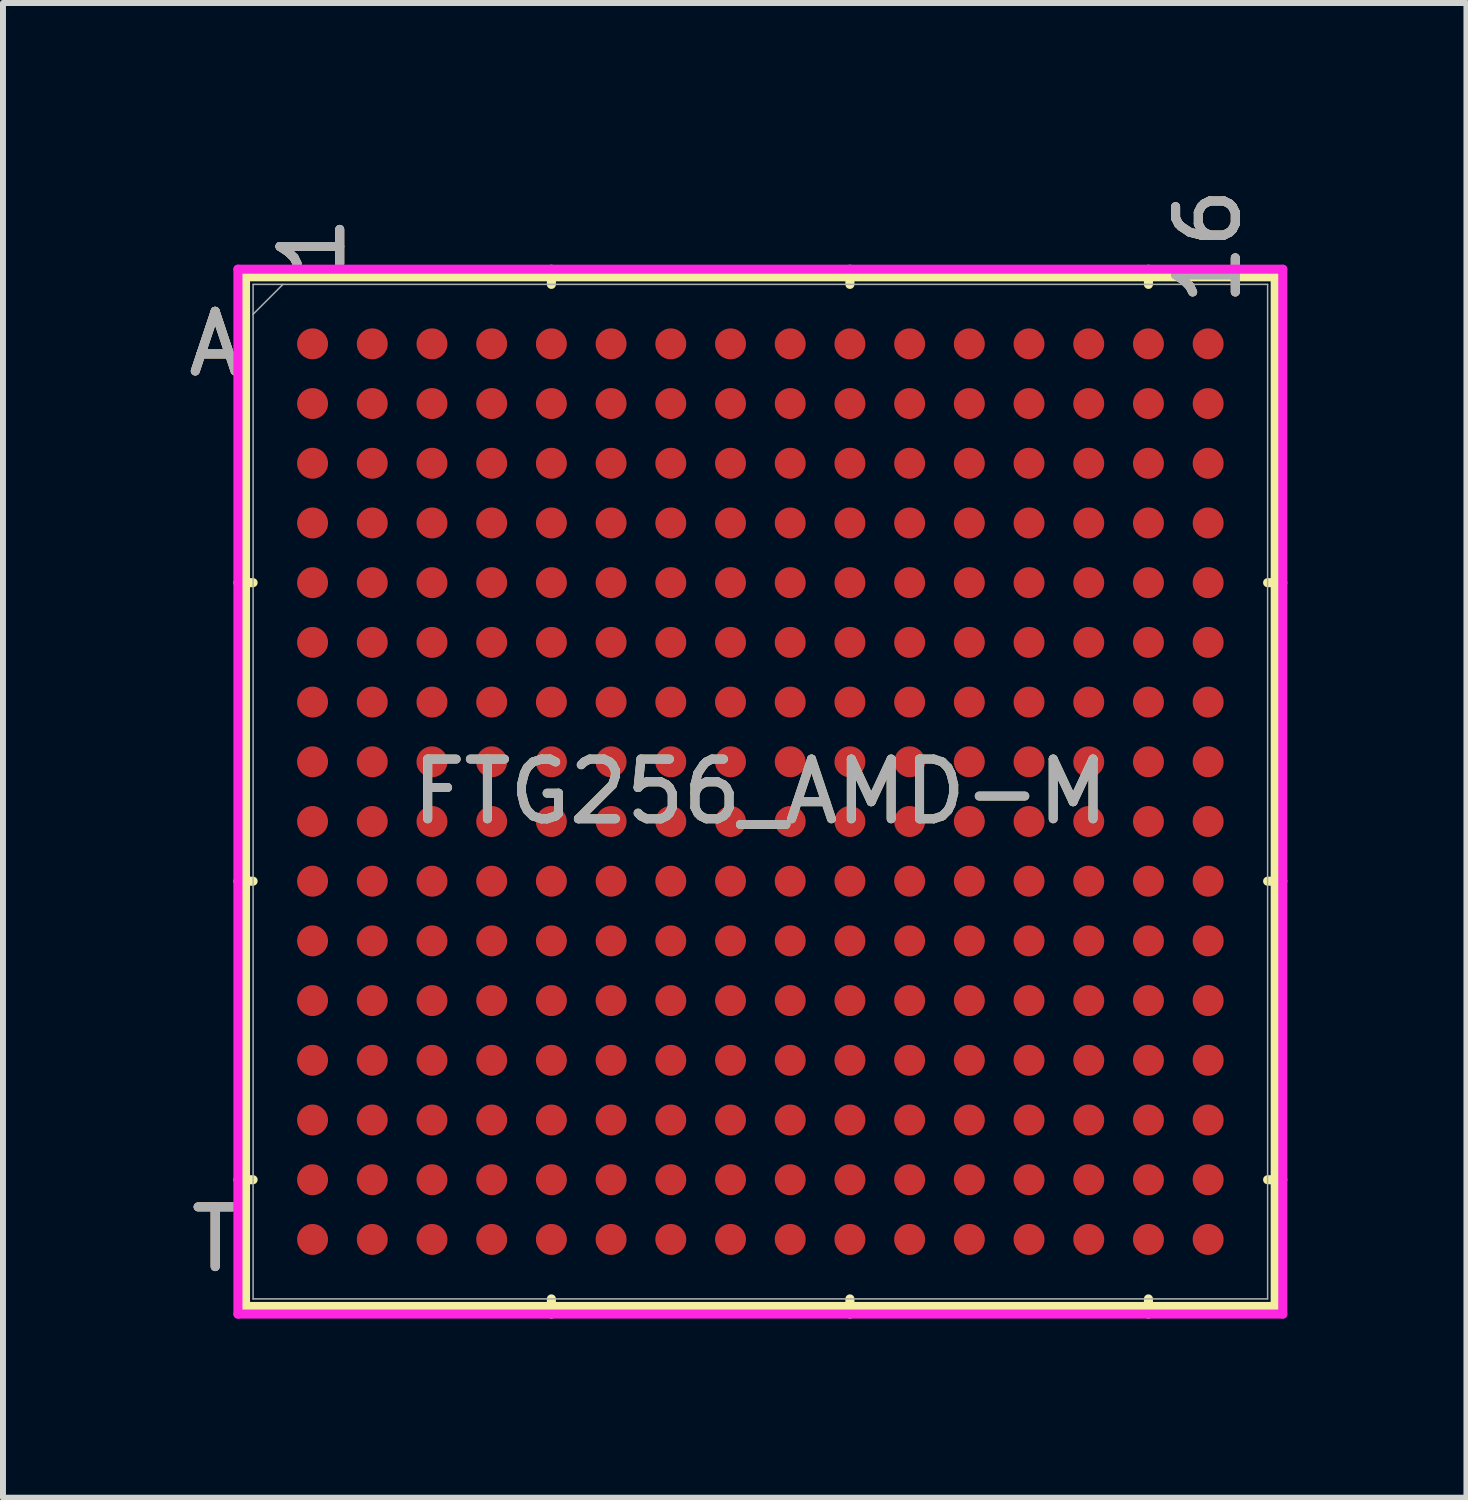
<source format=kicad_pcb>
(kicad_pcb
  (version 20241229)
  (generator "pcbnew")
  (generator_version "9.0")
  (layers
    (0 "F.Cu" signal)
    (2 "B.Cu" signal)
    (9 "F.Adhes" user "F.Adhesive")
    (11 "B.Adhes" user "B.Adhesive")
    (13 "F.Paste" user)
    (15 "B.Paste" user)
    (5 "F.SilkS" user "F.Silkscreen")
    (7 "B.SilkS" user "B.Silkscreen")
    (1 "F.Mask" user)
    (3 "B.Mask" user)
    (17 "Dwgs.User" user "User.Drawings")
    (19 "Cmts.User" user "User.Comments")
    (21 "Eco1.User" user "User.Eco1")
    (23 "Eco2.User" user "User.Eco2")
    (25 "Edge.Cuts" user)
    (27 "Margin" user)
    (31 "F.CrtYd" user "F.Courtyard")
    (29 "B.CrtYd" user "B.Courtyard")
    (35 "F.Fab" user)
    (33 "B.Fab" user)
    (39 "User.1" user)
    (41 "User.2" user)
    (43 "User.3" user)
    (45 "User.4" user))
  (footprint "FTG256_AMD-M"
    (layer "F.Cu")
    (at 9.685 10.209)
    (property "Reference" "FTG256_AMD-M" (at 0 0 0) (unlocked yes) (layer "F.SilkS") (effects (font (size 1 1) (thickness 0.15))))
    (attr smd)
    (fp_line (start -8.623 -8.623) (end -8.623 8.623) (stroke (width 0.152) (type solid)) (layer "F.SilkS"))
    (fp_line (start -8.623 8.623) (end 8.623 8.623) (stroke (width 0.152) (type solid)) (layer "F.SilkS"))
    (fp_line (start -8.496 -3.5) (end -8.75 -3.5) (stroke (width 0.152) (type solid)) (layer "F.SilkS"))
    (fp_line (start -8.496 1.5) (end -8.75 1.5) (stroke (width 0.152) (type solid)) (layer "F.SilkS"))
    (fp_line (start -8.496 6.5) (end -8.75 6.5) (stroke (width 0.152) (type solid)) (layer "F.SilkS"))
    (fp_line (start -3.5 -8.496) (end -3.5 -8.75) (stroke (width 0.152) (type solid)) (layer "F.SilkS"))
    (fp_line (start -3.5 8.496) (end -3.5 8.75) (stroke (width 0.152) (type solid)) (layer "F.SilkS"))
    (fp_line (start 1.5 -8.496) (end 1.5 -8.75) (stroke (width 0.152) (type solid)) (layer "F.SilkS"))
    (fp_line (start 1.5 8.496) (end 1.5 8.75) (stroke (width 0.152) (type solid)) (layer "F.SilkS"))
    (fp_line (start 6.5 -8.496) (end 6.5 -8.75) (stroke (width 0.152) (type solid)) (layer "F.SilkS"))
    (fp_line (start 6.5 8.496) (end 6.5 8.75) (stroke (width 0.152) (type solid)) (layer "F.SilkS"))
    (fp_line (start 8.496 -3.5) (end 8.75 -3.5) (stroke (width 0.152) (type solid)) (layer "F.SilkS"))
    (fp_line (start 8.496 1.5) (end 8.75 1.5) (stroke (width 0.152) (type solid)) (layer "F.SilkS"))
    (fp_line (start 8.496 6.5) (end 8.75 6.5) (stroke (width 0.152) (type solid)) (layer "F.SilkS"))
    (fp_line (start 8.623 -8.623) (end -8.623 -8.623) (stroke (width 0.152) (type solid)) (layer "F.SilkS"))
    (fp_line (start 8.623 8.623) (end 8.623 -8.623) (stroke (width 0.152) (type solid)) (layer "F.SilkS"))
    (fp_poly (pts (xy -8.508 -8.508) (xy 8.508 -8.508) (xy 8.508 8.508) (xy -8.508 8.508)) (stroke (width 0.1) (type solid)) (fill no) (layer "Eco2.User"))
    (fp_line (start -8.75 -8.75) (end 8.75 -8.75) (stroke (width 0.152) (type solid)) (layer "F.CrtYd"))
    (fp_line (start -8.75 8.75) (end -8.75 -8.75) (stroke (width 0.152) (type solid)) (layer "F.CrtYd"))
    (fp_line (start 8.75 -8.75) (end 8.75 8.75) (stroke (width 0.152) (type solid)) (layer "F.CrtYd"))
    (fp_line (start 8.75 8.75) (end -8.75 8.75) (stroke (width 0.152) (type solid)) (layer "F.CrtYd"))
    (fp_line (start -8.496 -8.496) (end -8.496 8.496) (stroke (width 0.025) (type solid)) (layer "F.Fab"))
    (fp_line (start -8.496 8.496) (end 8.496 8.496) (stroke (width 0.025) (type solid)) (layer "F.Fab"))
    (fp_line (start -7.996 -8.496) (end -8.496 -7.996) (stroke (width 0.025) (type solid)) (layer "F.Fab"))
    (fp_line (start 8.496 -8.496) (end -8.496 -8.496) (stroke (width 0.025) (type solid)) (layer "F.Fab"))
    (fp_line (start 8.496 8.496) (end 8.496 -8.496) (stroke (width 0.025) (type solid)) (layer "F.Fab"))
    (fp_text user "A" (at -9.131 -7.5 0) (unlocked yes) (layer "F.SilkS") (effects (font (size 1 1) (thickness 0.15))))
    (fp_text user "1" (at -7.5 -9.131 90) (unlocked yes) (layer "F.SilkS") (effects (font (size 1 1) (thickness 0.15))))
    (fp_text user "16" (at 7.5 -9.131 90) (unlocked yes) (layer "F.SilkS") (effects (font (size 1 1) (thickness 0.15))))
    (fp_text user "T" (at -9.131 7.5 0) (unlocked yes) (layer "F.SilkS") (effects (font (size 1 1) (thickness 0.15))))
    (fp_text user "A" (at -9.131 -7.5 0) (unlocked yes) (layer "B.SilkS") (effects (font (size 1 1) (thickness 0.15))))
    (fp_text user "T" (at -9.131 7.5 0) (unlocked yes) (layer "B.SilkS") (effects (font (size 1 1) (thickness 0.15))))
    (fp_text user "1" (at -7.5 -9.131 90) (unlocked yes) (layer "B.SilkS") (effects (font (size 1 1) (thickness 0.15))))
    (fp_text user "16" (at 7.5 -9.131 90) (unlocked yes) (layer "B.SilkS") (effects (font (size 1 1) (thickness 0.15))))
    (fp_text user "${REFERENCE}" (at 0 0 0) (unlocked yes) (layer "F.Fab") (effects (font (size 1 1) (thickness 0.15))))
    (fp_text user "16" (at 7.5 -9.131 90) (unlocked yes) (layer "F.Fab") (effects (font (size 1 1) (thickness 0.15))))
    (fp_text user "T" (at -9.131 7.5 0) (unlocked yes) (layer "F.Fab") (effects (font (size 1 1) (thickness 0.15))))
    (fp_text user "A" (at -9.131 -7.5 0) (unlocked yes) (layer "F.Fab") (effects (font (size 1 1) (thickness 0.15))))
    (fp_text user "1" (at -7.5 -9.131 90) (unlocked yes) (layer "F.Fab") (effects (font (size 1 1) (thickness 0.15))))
    (pad "A1" smd circle (at -7.5 -7.5) (size 0.518 0.518) (layers "F.Cu" "F.Mask" "F.Paste"))
    (pad "A2" smd circle (at -6.5 -7.5) (size 0.518 0.518) (layers "F.Cu" "F.Mask" "F.Paste"))
    (pad "A3" smd circle (at -5.5 -7.5) (size 0.518 0.518) (layers "F.Cu" "F.Mask" "F.Paste"))
    (pad "A4" smd circle (at -4.5 -7.5) (size 0.518 0.518) (layers "F.Cu" "F.Mask" "F.Paste"))
    (pad "A5" smd circle (at -3.5 -7.5) (size 0.518 0.518) (layers "F.Cu" "F.Mask" "F.Paste"))
    (pad "A6" smd circle (at -2.5 -7.5) (size 0.518 0.518) (layers "F.Cu" "F.Mask" "F.Paste"))
    (pad "A7" smd circle (at -1.5 -7.5) (size 0.518 0.518) (layers "F.Cu" "F.Mask" "F.Paste"))
    (pad "A8" smd circle (at -0.5 -7.5) (size 0.518 0.518) (layers "F.Cu" "F.Mask" "F.Paste"))
    (pad "A9" smd circle (at 0.5 -7.5) (size 0.518 0.518) (layers "F.Cu" "F.Mask" "F.Paste"))
    (pad "A10" smd circle (at 1.5 -7.5) (size 0.518 0.518) (layers "F.Cu" "F.Mask" "F.Paste"))
    (pad "A11" smd circle (at 2.5 -7.5) (size 0.518 0.518) (layers "F.Cu" "F.Mask" "F.Paste"))
    (pad "A12" smd circle (at 3.5 -7.5) (size 0.518 0.518) (layers "F.Cu" "F.Mask" "F.Paste"))
    (pad "A13" smd circle (at 4.5 -7.5) (size 0.518 0.518) (layers "F.Cu" "F.Mask" "F.Paste"))
    (pad "A14" smd circle (at 5.5 -7.5) (size 0.518 0.518) (layers "F.Cu" "F.Mask" "F.Paste"))
    (pad "A15" smd circle (at 6.5 -7.5) (size 0.518 0.518) (layers "F.Cu" "F.Mask" "F.Paste"))
    (pad "A16" smd circle (at 7.5 -7.5) (size 0.518 0.518) (layers "F.Cu" "F.Mask" "F.Paste"))
    (pad "B1" smd circle (at -7.5 -6.5) (size 0.518 0.518) (layers "F.Cu" "F.Mask" "F.Paste"))
    (pad "B2" smd circle (at -6.5 -6.5) (size 0.518 0.518) (layers "F.Cu" "F.Mask" "F.Paste"))
    (pad "B3" smd circle (at -5.5 -6.5) (size 0.518 0.518) (layers "F.Cu" "F.Mask" "F.Paste"))
    (pad "B4" smd circle (at -4.5 -6.5) (size 0.518 0.518) (layers "F.Cu" "F.Mask" "F.Paste"))
    (pad "B5" smd circle (at -3.5 -6.5) (size 0.518 0.518) (layers "F.Cu" "F.Mask" "F.Paste"))
    (pad "B6" smd circle (at -2.5 -6.5) (size 0.518 0.518) (layers "F.Cu" "F.Mask" "F.Paste"))
    (pad "B7" smd circle (at -1.5 -6.5) (size 0.518 0.518) (layers "F.Cu" "F.Mask" "F.Paste"))
    (pad "B8" smd circle (at -0.5 -6.5) (size 0.518 0.518) (layers "F.Cu" "F.Mask" "F.Paste"))
    (pad "B9" smd circle (at 0.5 -6.5) (size 0.518 0.518) (layers "F.Cu" "F.Mask" "F.Paste"))
    (pad "B10" smd circle (at 1.5 -6.5) (size 0.518 0.518) (layers "F.Cu" "F.Mask" "F.Paste"))
    (pad "B11" smd circle (at 2.5 -6.5) (size 0.518 0.518) (layers "F.Cu" "F.Mask" "F.Paste"))
    (pad "B12" smd circle (at 3.5 -6.5) (size 0.518 0.518) (layers "F.Cu" "F.Mask" "F.Paste"))
    (pad "B13" smd circle (at 4.5 -6.5) (size 0.518 0.518) (layers "F.Cu" "F.Mask" "F.Paste"))
    (pad "B14" smd circle (at 5.5 -6.5) (size 0.518 0.518) (layers "F.Cu" "F.Mask" "F.Paste"))
    (pad "B15" smd circle (at 6.5 -6.5) (size 0.518 0.518) (layers "F.Cu" "F.Mask" "F.Paste"))
    (pad "B16" smd circle (at 7.5 -6.5) (size 0.518 0.518) (layers "F.Cu" "F.Mask" "F.Paste"))
    (pad "C1" smd circle (at -7.5 -5.5) (size 0.518 0.518) (layers "F.Cu" "F.Mask" "F.Paste"))
    (pad "C2" smd circle (at -6.5 -5.5) (size 0.518 0.518) (layers "F.Cu" "F.Mask" "F.Paste"))
    (pad "C3" smd circle (at -5.5 -5.5) (size 0.518 0.518) (layers "F.Cu" "F.Mask" "F.Paste"))
    (pad "C4" smd circle (at -4.5 -5.5) (size 0.518 0.518) (layers "F.Cu" "F.Mask" "F.Paste"))
    (pad "C5" smd circle (at -3.5 -5.5) (size 0.518 0.518) (layers "F.Cu" "F.Mask" "F.Paste"))
    (pad "C6" smd circle (at -2.5 -5.5) (size 0.518 0.518) (layers "F.Cu" "F.Mask" "F.Paste"))
    (pad "C7" smd circle (at -1.5 -5.5) (size 0.518 0.518) (layers "F.Cu" "F.Mask" "F.Paste"))
    (pad "C8" smd circle (at -0.5 -5.5) (size 0.518 0.518) (layers "F.Cu" "F.Mask" "F.Paste"))
    (pad "C9" smd circle (at 0.5 -5.5) (size 0.518 0.518) (layers "F.Cu" "F.Mask" "F.Paste"))
    (pad "C10" smd circle (at 1.5 -5.5) (size 0.518 0.518) (layers "F.Cu" "F.Mask" "F.Paste"))
    (pad "C11" smd circle (at 2.5 -5.5) (size 0.518 0.518) (layers "F.Cu" "F.Mask" "F.Paste"))
    (pad "C12" smd circle (at 3.5 -5.5) (size 0.518 0.518) (layers "F.Cu" "F.Mask" "F.Paste"))
    (pad "C13" smd circle (at 4.5 -5.5) (size 0.518 0.518) (layers "F.Cu" "F.Mask" "F.Paste"))
    (pad "C14" smd circle (at 5.5 -5.5) (size 0.518 0.518) (layers "F.Cu" "F.Mask" "F.Paste"))
    (pad "C15" smd circle (at 6.5 -5.5) (size 0.518 0.518) (layers "F.Cu" "F.Mask" "F.Paste"))
    (pad "C16" smd circle (at 7.5 -5.5) (size 0.518 0.518) (layers "F.Cu" "F.Mask" "F.Paste"))
    (pad "D1" smd circle (at -7.5 -4.5) (size 0.518 0.518) (layers "F.Cu" "F.Mask" "F.Paste"))
    (pad "D2" smd circle (at -6.5 -4.5) (size 0.518 0.518) (layers "F.Cu" "F.Mask" "F.Paste"))
    (pad "D3" smd circle (at -5.5 -4.5) (size 0.518 0.518) (layers "F.Cu" "F.Mask" "F.Paste"))
    (pad "D4" smd circle (at -4.5 -4.5) (size 0.518 0.518) (layers "F.Cu" "F.Mask" "F.Paste"))
    (pad "D5" smd circle (at -3.5 -4.5) (size 0.518 0.518) (layers "F.Cu" "F.Mask" "F.Paste"))
    (pad "D6" smd circle (at -2.5 -4.5) (size 0.518 0.518) (layers "F.Cu" "F.Mask" "F.Paste"))
    (pad "D7" smd circle (at -1.5 -4.5) (size 0.518 0.518) (layers "F.Cu" "F.Mask" "F.Paste"))
    (pad "D8" smd circle (at -0.5 -4.5) (size 0.518 0.518) (layers "F.Cu" "F.Mask" "F.Paste"))
    (pad "D9" smd circle (at 0.5 -4.5) (size 0.518 0.518) (layers "F.Cu" "F.Mask" "F.Paste"))
    (pad "D10" smd circle (at 1.5 -4.5) (size 0.518 0.518) (layers "F.Cu" "F.Mask" "F.Paste"))
    (pad "D11" smd circle (at 2.5 -4.5) (size 0.518 0.518) (layers "F.Cu" "F.Mask" "F.Paste"))
    (pad "D12" smd circle (at 3.5 -4.5) (size 0.518 0.518) (layers "F.Cu" "F.Mask" "F.Paste"))
    (pad "D13" smd circle (at 4.5 -4.5) (size 0.518 0.518) (layers "F.Cu" "F.Mask" "F.Paste"))
    (pad "D14" smd circle (at 5.5 -4.5) (size 0.518 0.518) (layers "F.Cu" "F.Mask" "F.Paste"))
    (pad "D15" smd circle (at 6.5 -4.5) (size 0.518 0.518) (layers "F.Cu" "F.Mask" "F.Paste"))
    (pad "D16" smd circle (at 7.5 -4.5) (size 0.518 0.518) (layers "F.Cu" "F.Mask" "F.Paste"))
    (pad "E1" smd circle (at -7.5 -3.5) (size 0.518 0.518) (layers "F.Cu" "F.Mask" "F.Paste"))
    (pad "E2" smd circle (at -6.5 -3.5) (size 0.518 0.518) (layers "F.Cu" "F.Mask" "F.Paste"))
    (pad "E3" smd circle (at -5.5 -3.5) (size 0.518 0.518) (layers "F.Cu" "F.Mask" "F.Paste"))
    (pad "E4" smd circle (at -4.5 -3.5) (size 0.518 0.518) (layers "F.Cu" "F.Mask" "F.Paste"))
    (pad "E5" smd circle (at -3.5 -3.5) (size 0.518 0.518) (layers "F.Cu" "F.Mask" "F.Paste"))
    (pad "E6" smd circle (at -2.5 -3.5) (size 0.518 0.518) (layers "F.Cu" "F.Mask" "F.Paste"))
    (pad "E7" smd circle (at -1.5 -3.5) (size 0.518 0.518) (layers "F.Cu" "F.Mask" "F.Paste"))
    (pad "E8" smd circle (at -0.5 -3.5) (size 0.518 0.518) (layers "F.Cu" "F.Mask" "F.Paste"))
    (pad "E9" smd circle (at 0.5 -3.5) (size 0.518 0.518) (layers "F.Cu" "F.Mask" "F.Paste"))
    (pad "E10" smd circle (at 1.5 -3.5) (size 0.518 0.518) (layers "F.Cu" "F.Mask" "F.Paste"))
    (pad "E11" smd circle (at 2.5 -3.5) (size 0.518 0.518) (layers "F.Cu" "F.Mask" "F.Paste"))
    (pad "E12" smd circle (at 3.5 -3.5) (size 0.518 0.518) (layers "F.Cu" "F.Mask" "F.Paste"))
    (pad "E13" smd circle (at 4.5 -3.5) (size 0.518 0.518) (layers "F.Cu" "F.Mask" "F.Paste"))
    (pad "E14" smd circle (at 5.5 -3.5) (size 0.518 0.518) (layers "F.Cu" "F.Mask" "F.Paste"))
    (pad "E15" smd circle (at 6.5 -3.5) (size 0.518 0.518) (layers "F.Cu" "F.Mask" "F.Paste"))
    (pad "E16" smd circle (at 7.5 -3.5) (size 0.518 0.518) (layers "F.Cu" "F.Mask" "F.Paste"))
    (pad "F1" smd circle (at -7.5 -2.5) (size 0.518 0.518) (layers "F.Cu" "F.Mask" "F.Paste"))
    (pad "F2" smd circle (at -6.5 -2.5) (size 0.518 0.518) (layers "F.Cu" "F.Mask" "F.Paste"))
    (pad "F3" smd circle (at -5.5 -2.5) (size 0.518 0.518) (layers "F.Cu" "F.Mask" "F.Paste"))
    (pad "F4" smd circle (at -4.5 -2.5) (size 0.518 0.518) (layers "F.Cu" "F.Mask" "F.Paste"))
    (pad "F5" smd circle (at -3.5 -2.5) (size 0.518 0.518) (layers "F.Cu" "F.Mask" "F.Paste"))
    (pad "F6" smd circle (at -2.5 -2.5) (size 0.518 0.518) (layers "F.Cu" "F.Mask" "F.Paste"))
    (pad "F7" smd circle (at -1.5 -2.5) (size 0.518 0.518) (layers "F.Cu" "F.Mask" "F.Paste"))
    (pad "F8" smd circle (at -0.5 -2.5) (size 0.518 0.518) (layers "F.Cu" "F.Mask" "F.Paste"))
    (pad "F9" smd circle (at 0.5 -2.5) (size 0.518 0.518) (layers "F.Cu" "F.Mask" "F.Paste"))
    (pad "F10" smd circle (at 1.5 -2.5) (size 0.518 0.518) (layers "F.Cu" "F.Mask" "F.Paste"))
    (pad "F11" smd circle (at 2.5 -2.5) (size 0.518 0.518) (layers "F.Cu" "F.Mask" "F.Paste"))
    (pad "F12" smd circle (at 3.5 -2.5) (size 0.518 0.518) (layers "F.Cu" "F.Mask" "F.Paste"))
    (pad "F13" smd circle (at 4.5 -2.5) (size 0.518 0.518) (layers "F.Cu" "F.Mask" "F.Paste"))
    (pad "F14" smd circle (at 5.5 -2.5) (size 0.518 0.518) (layers "F.Cu" "F.Mask" "F.Paste"))
    (pad "F15" smd circle (at 6.5 -2.5) (size 0.518 0.518) (layers "F.Cu" "F.Mask" "F.Paste"))
    (pad "F16" smd circle (at 7.5 -2.5) (size 0.518 0.518) (layers "F.Cu" "F.Mask" "F.Paste"))
    (pad "G1" smd circle (at -7.5 -1.5) (size 0.518 0.518) (layers "F.Cu" "F.Mask" "F.Paste"))
    (pad "G2" smd circle (at -6.5 -1.5) (size 0.518 0.518) (layers "F.Cu" "F.Mask" "F.Paste"))
    (pad "G3" smd circle (at -5.5 -1.5) (size 0.518 0.518) (layers "F.Cu" "F.Mask" "F.Paste"))
    (pad "G4" smd circle (at -4.5 -1.5) (size 0.518 0.518) (layers "F.Cu" "F.Mask" "F.Paste"))
    (pad "G5" smd circle (at -3.5 -1.5) (size 0.518 0.518) (layers "F.Cu" "F.Mask" "F.Paste"))
    (pad "G6" smd circle (at -2.5 -1.5) (size 0.518 0.518) (layers "F.Cu" "F.Mask" "F.Paste"))
    (pad "G7" smd circle (at -1.5 -1.5) (size 0.518 0.518) (layers "F.Cu" "F.Mask" "F.Paste"))
    (pad "G8" smd circle (at -0.5 -1.5) (size 0.518 0.518) (layers "F.Cu" "F.Mask" "F.Paste"))
    (pad "G9" smd circle (at 0.5 -1.5) (size 0.518 0.518) (layers "F.Cu" "F.Mask" "F.Paste"))
    (pad "G10" smd circle (at 1.5 -1.5) (size 0.518 0.518) (layers "F.Cu" "F.Mask" "F.Paste"))
    (pad "G11" smd circle (at 2.5 -1.5) (size 0.518 0.518) (layers "F.Cu" "F.Mask" "F.Paste"))
    (pad "G12" smd circle (at 3.5 -1.5) (size 0.518 0.518) (layers "F.Cu" "F.Mask" "F.Paste"))
    (pad "G13" smd circle (at 4.5 -1.5) (size 0.518 0.518) (layers "F.Cu" "F.Mask" "F.Paste"))
    (pad "G14" smd circle (at 5.5 -1.5) (size 0.518 0.518) (layers "F.Cu" "F.Mask" "F.Paste"))
    (pad "G15" smd circle (at 6.5 -1.5) (size 0.518 0.518) (layers "F.Cu" "F.Mask" "F.Paste"))
    (pad "G16" smd circle (at 7.5 -1.5) (size 0.518 0.518) (layers "F.Cu" "F.Mask" "F.Paste"))
    (pad "H1" smd circle (at -7.5 -0.5) (size 0.518 0.518) (layers "F.Cu" "F.Mask" "F.Paste"))
    (pad "H2" smd circle (at -6.5 -0.5) (size 0.518 0.518) (layers "F.Cu" "F.Mask" "F.Paste"))
    (pad "H3" smd circle (at -5.5 -0.5) (size 0.518 0.518) (layers "F.Cu" "F.Mask" "F.Paste"))
    (pad "H4" smd circle (at -4.5 -0.5) (size 0.518 0.518) (layers "F.Cu" "F.Mask" "F.Paste"))
    (pad "H5" smd circle (at -3.5 -0.5) (size 0.518 0.518) (layers "F.Cu" "F.Mask" "F.Paste"))
    (pad "H6" smd circle (at -2.5 -0.5) (size 0.518 0.518) (layers "F.Cu" "F.Mask" "F.Paste"))
    (pad "H7" smd circle (at -1.5 -0.5) (size 0.518 0.518) (layers "F.Cu" "F.Mask" "F.Paste"))
    (pad "H8" smd circle (at -0.5 -0.5) (size 0.518 0.518) (layers "F.Cu" "F.Mask" "F.Paste"))
    (pad "H9" smd circle (at 0.5 -0.5) (size 0.518 0.518) (layers "F.Cu" "F.Mask" "F.Paste"))
    (pad "H10" smd circle (at 1.5 -0.5) (size 0.518 0.518) (layers "F.Cu" "F.Mask" "F.Paste"))
    (pad "H11" smd circle (at 2.5 -0.5) (size 0.518 0.518) (layers "F.Cu" "F.Mask" "F.Paste"))
    (pad "H12" smd circle (at 3.5 -0.5) (size 0.518 0.518) (layers "F.Cu" "F.Mask" "F.Paste"))
    (pad "H13" smd circle (at 4.5 -0.5) (size 0.518 0.518) (layers "F.Cu" "F.Mask" "F.Paste"))
    (pad "H14" smd circle (at 5.5 -0.5) (size 0.518 0.518) (layers "F.Cu" "F.Mask" "F.Paste"))
    (pad "H15" smd circle (at 6.5 -0.5) (size 0.518 0.518) (layers "F.Cu" "F.Mask" "F.Paste"))
    (pad "H16" smd circle (at 7.5 -0.5) (size 0.518 0.518) (layers "F.Cu" "F.Mask" "F.Paste"))
    (pad "J1" smd circle (at -7.5 0.5) (size 0.518 0.518) (layers "F.Cu" "F.Mask" "F.Paste"))
    (pad "J2" smd circle (at -6.5 0.5) (size 0.518 0.518) (layers "F.Cu" "F.Mask" "F.Paste"))
    (pad "J3" smd circle (at -5.5 0.5) (size 0.518 0.518) (layers "F.Cu" "F.Mask" "F.Paste"))
    (pad "J4" smd circle (at -4.5 0.5) (size 0.518 0.518) (layers "F.Cu" "F.Mask" "F.Paste"))
    (pad "J5" smd circle (at -3.5 0.5) (size 0.518 0.518) (layers "F.Cu" "F.Mask" "F.Paste"))
    (pad "J6" smd circle (at -2.5 0.5) (size 0.518 0.518) (layers "F.Cu" "F.Mask" "F.Paste"))
    (pad "J7" smd circle (at -1.5 0.5) (size 0.518 0.518) (layers "F.Cu" "F.Mask" "F.Paste"))
    (pad "J8" smd circle (at -0.5 0.5) (size 0.518 0.518) (layers "F.Cu" "F.Mask" "F.Paste"))
    (pad "J9" smd circle (at 0.5 0.5) (size 0.518 0.518) (layers "F.Cu" "F.Mask" "F.Paste"))
    (pad "J10" smd circle (at 1.5 0.5) (size 0.518 0.518) (layers "F.Cu" "F.Mask" "F.Paste"))
    (pad "J11" smd circle (at 2.5 0.5) (size 0.518 0.518) (layers "F.Cu" "F.Mask" "F.Paste"))
    (pad "J12" smd circle (at 3.5 0.5) (size 0.518 0.518) (layers "F.Cu" "F.Mask" "F.Paste"))
    (pad "J13" smd circle (at 4.5 0.5) (size 0.518 0.518) (layers "F.Cu" "F.Mask" "F.Paste"))
    (pad "J14" smd circle (at 5.5 0.5) (size 0.518 0.518) (layers "F.Cu" "F.Mask" "F.Paste"))
    (pad "J15" smd circle (at 6.5 0.5) (size 0.518 0.518) (layers "F.Cu" "F.Mask" "F.Paste"))
    (pad "J16" smd circle (at 7.5 0.5) (size 0.518 0.518) (layers "F.Cu" "F.Mask" "F.Paste"))
    (pad "K1" smd circle (at -7.5 1.5) (size 0.518 0.518) (layers "F.Cu" "F.Mask" "F.Paste"))
    (pad "K2" smd circle (at -6.5 1.5) (size 0.518 0.518) (layers "F.Cu" "F.Mask" "F.Paste"))
    (pad "K3" smd circle (at -5.5 1.5) (size 0.518 0.518) (layers "F.Cu" "F.Mask" "F.Paste"))
    (pad "K4" smd circle (at -4.5 1.5) (size 0.518 0.518) (layers "F.Cu" "F.Mask" "F.Paste"))
    (pad "K5" smd circle (at -3.5 1.5) (size 0.518 0.518) (layers "F.Cu" "F.Mask" "F.Paste"))
    (pad "K6" smd circle (at -2.5 1.5) (size 0.518 0.518) (layers "F.Cu" "F.Mask" "F.Paste"))
    (pad "K7" smd circle (at -1.5 1.5) (size 0.518 0.518) (layers "F.Cu" "F.Mask" "F.Paste"))
    (pad "K8" smd circle (at -0.5 1.5) (size 0.518 0.518) (layers "F.Cu" "F.Mask" "F.Paste"))
    (pad "K9" smd circle (at 0.5 1.5) (size 0.518 0.518) (layers "F.Cu" "F.Mask" "F.Paste"))
    (pad "K10" smd circle (at 1.5 1.5) (size 0.518 0.518) (layers "F.Cu" "F.Mask" "F.Paste"))
    (pad "K11" smd circle (at 2.5 1.5) (size 0.518 0.518) (layers "F.Cu" "F.Mask" "F.Paste"))
    (pad "K12" smd circle (at 3.5 1.5) (size 0.518 0.518) (layers "F.Cu" "F.Mask" "F.Paste"))
    (pad "K13" smd circle (at 4.5 1.5) (size 0.518 0.518) (layers "F.Cu" "F.Mask" "F.Paste"))
    (pad "K14" smd circle (at 5.5 1.5) (size 0.518 0.518) (layers "F.Cu" "F.Mask" "F.Paste"))
    (pad "K15" smd circle (at 6.5 1.5) (size 0.518 0.518) (layers "F.Cu" "F.Mask" "F.Paste"))
    (pad "K16" smd circle (at 7.5 1.5) (size 0.518 0.518) (layers "F.Cu" "F.Mask" "F.Paste"))
    (pad "L1" smd circle (at -7.5 2.5) (size 0.518 0.518) (layers "F.Cu" "F.Mask" "F.Paste"))
    (pad "L2" smd circle (at -6.5 2.5) (size 0.518 0.518) (layers "F.Cu" "F.Mask" "F.Paste"))
    (pad "L3" smd circle (at -5.5 2.5) (size 0.518 0.518) (layers "F.Cu" "F.Mask" "F.Paste"))
    (pad "L4" smd circle (at -4.5 2.5) (size 0.518 0.518) (layers "F.Cu" "F.Mask" "F.Paste"))
    (pad "L5" smd circle (at -3.5 2.5) (size 0.518 0.518) (layers "F.Cu" "F.Mask" "F.Paste"))
    (pad "L6" smd circle (at -2.5 2.5) (size 0.518 0.518) (layers "F.Cu" "F.Mask" "F.Paste"))
    (pad "L7" smd circle (at -1.5 2.5) (size 0.518 0.518) (layers "F.Cu" "F.Mask" "F.Paste"))
    (pad "L8" smd circle (at -0.5 2.5) (size 0.518 0.518) (layers "F.Cu" "F.Mask" "F.Paste"))
    (pad "L9" smd circle (at 0.5 2.5) (size 0.518 0.518) (layers "F.Cu" "F.Mask" "F.Paste"))
    (pad "L10" smd circle (at 1.5 2.5) (size 0.518 0.518) (layers "F.Cu" "F.Mask" "F.Paste"))
    (pad "L11" smd circle (at 2.5 2.5) (size 0.518 0.518) (layers "F.Cu" "F.Mask" "F.Paste"))
    (pad "L12" smd circle (at 3.5 2.5) (size 0.518 0.518) (layers "F.Cu" "F.Mask" "F.Paste"))
    (pad "L13" smd circle (at 4.5 2.5) (size 0.518 0.518) (layers "F.Cu" "F.Mask" "F.Paste"))
    (pad "L14" smd circle (at 5.5 2.5) (size 0.518 0.518) (layers "F.Cu" "F.Mask" "F.Paste"))
    (pad "L15" smd circle (at 6.5 2.5) (size 0.518 0.518) (layers "F.Cu" "F.Mask" "F.Paste"))
    (pad "L16" smd circle (at 7.5 2.5) (size 0.518 0.518) (layers "F.Cu" "F.Mask" "F.Paste"))
    (pad "M1" smd circle (at -7.5 3.5) (size 0.518 0.518) (layers "F.Cu" "F.Mask" "F.Paste"))
    (pad "M2" smd circle (at -6.5 3.5) (size 0.518 0.518) (layers "F.Cu" "F.Mask" "F.Paste"))
    (pad "M3" smd circle (at -5.5 3.5) (size 0.518 0.518) (layers "F.Cu" "F.Mask" "F.Paste"))
    (pad "M4" smd circle (at -4.5 3.5) (size 0.518 0.518) (layers "F.Cu" "F.Mask" "F.Paste"))
    (pad "M5" smd circle (at -3.5 3.5) (size 0.518 0.518) (layers "F.Cu" "F.Mask" "F.Paste"))
    (pad "M6" smd circle (at -2.5 3.5) (size 0.518 0.518) (layers "F.Cu" "F.Mask" "F.Paste"))
    (pad "M7" smd circle (at -1.5 3.5) (size 0.518 0.518) (layers "F.Cu" "F.Mask" "F.Paste"))
    (pad "M8" smd circle (at -0.5 3.5) (size 0.518 0.518) (layers "F.Cu" "F.Mask" "F.Paste"))
    (pad "M9" smd circle (at 0.5 3.5) (size 0.518 0.518) (layers "F.Cu" "F.Mask" "F.Paste"))
    (pad "M10" smd circle (at 1.5 3.5) (size 0.518 0.518) (layers "F.Cu" "F.Mask" "F.Paste"))
    (pad "M11" smd circle (at 2.5 3.5) (size 0.518 0.518) (layers "F.Cu" "F.Mask" "F.Paste"))
    (pad "M12" smd circle (at 3.5 3.5) (size 0.518 0.518) (layers "F.Cu" "F.Mask" "F.Paste"))
    (pad "M13" smd circle (at 4.5 3.5) (size 0.518 0.518) (layers "F.Cu" "F.Mask" "F.Paste"))
    (pad "M14" smd circle (at 5.5 3.5) (size 0.518 0.518) (layers "F.Cu" "F.Mask" "F.Paste"))
    (pad "M15" smd circle (at 6.5 3.5) (size 0.518 0.518) (layers "F.Cu" "F.Mask" "F.Paste"))
    (pad "M16" smd circle (at 7.5 3.5) (size 0.518 0.518) (layers "F.Cu" "F.Mask" "F.Paste"))
    (pad "N1" smd circle (at -7.5 4.5) (size 0.518 0.518) (layers "F.Cu" "F.Mask" "F.Paste"))
    (pad "N2" smd circle (at -6.5 4.5) (size 0.518 0.518) (layers "F.Cu" "F.Mask" "F.Paste"))
    (pad "N3" smd circle (at -5.5 4.5) (size 0.518 0.518) (layers "F.Cu" "F.Mask" "F.Paste"))
    (pad "N4" smd circle (at -4.5 4.5) (size 0.518 0.518) (layers "F.Cu" "F.Mask" "F.Paste"))
    (pad "N5" smd circle (at -3.5 4.5) (size 0.518 0.518) (layers "F.Cu" "F.Mask" "F.Paste"))
    (pad "N6" smd circle (at -2.5 4.5) (size 0.518 0.518) (layers "F.Cu" "F.Mask" "F.Paste"))
    (pad "N7" smd circle (at -1.5 4.5) (size 0.518 0.518) (layers "F.Cu" "F.Mask" "F.Paste"))
    (pad "N8" smd circle (at -0.5 4.5) (size 0.518 0.518) (layers "F.Cu" "F.Mask" "F.Paste"))
    (pad "N9" smd circle (at 0.5 4.5) (size 0.518 0.518) (layers "F.Cu" "F.Mask" "F.Paste"))
    (pad "N10" smd circle (at 1.5 4.5) (size 0.518 0.518) (layers "F.Cu" "F.Mask" "F.Paste"))
    (pad "N11" smd circle (at 2.5 4.5) (size 0.518 0.518) (layers "F.Cu" "F.Mask" "F.Paste"))
    (pad "N12" smd circle (at 3.5 4.5) (size 0.518 0.518) (layers "F.Cu" "F.Mask" "F.Paste"))
    (pad "N13" smd circle (at 4.5 4.5) (size 0.518 0.518) (layers "F.Cu" "F.Mask" "F.Paste"))
    (pad "N14" smd circle (at 5.5 4.5) (size 0.518 0.518) (layers "F.Cu" "F.Mask" "F.Paste"))
    (pad "N15" smd circle (at 6.5 4.5) (size 0.518 0.518) (layers "F.Cu" "F.Mask" "F.Paste"))
    (pad "N16" smd circle (at 7.5 4.5) (size 0.518 0.518) (layers "F.Cu" "F.Mask" "F.Paste"))
    (pad "P1" smd circle (at -7.5 5.5) (size 0.518 0.518) (layers "F.Cu" "F.Mask" "F.Paste"))
    (pad "P2" smd circle (at -6.5 5.5) (size 0.518 0.518) (layers "F.Cu" "F.Mask" "F.Paste"))
    (pad "P3" smd circle (at -5.5 5.5) (size 0.518 0.518) (layers "F.Cu" "F.Mask" "F.Paste"))
    (pad "P4" smd circle (at -4.5 5.5) (size 0.518 0.518) (layers "F.Cu" "F.Mask" "F.Paste"))
    (pad "P5" smd circle (at -3.5 5.5) (size 0.518 0.518) (layers "F.Cu" "F.Mask" "F.Paste"))
    (pad "P6" smd circle (at -2.5 5.5) (size 0.518 0.518) (layers "F.Cu" "F.Mask" "F.Paste"))
    (pad "P7" smd circle (at -1.5 5.5) (size 0.518 0.518) (layers "F.Cu" "F.Mask" "F.Paste"))
    (pad "P8" smd circle (at -0.5 5.5) (size 0.518 0.518) (layers "F.Cu" "F.Mask" "F.Paste"))
    (pad "P9" smd circle (at 0.5 5.5) (size 0.518 0.518) (layers "F.Cu" "F.Mask" "F.Paste"))
    (pad "P10" smd circle (at 1.5 5.5) (size 0.518 0.518) (layers "F.Cu" "F.Mask" "F.Paste"))
    (pad "P11" smd circle (at 2.5 5.5) (size 0.518 0.518) (layers "F.Cu" "F.Mask" "F.Paste"))
    (pad "P12" smd circle (at 3.5 5.5) (size 0.518 0.518) (layers "F.Cu" "F.Mask" "F.Paste"))
    (pad "P13" smd circle (at 4.5 5.5) (size 0.518 0.518) (layers "F.Cu" "F.Mask" "F.Paste"))
    (pad "P14" smd circle (at 5.5 5.5) (size 0.518 0.518) (layers "F.Cu" "F.Mask" "F.Paste"))
    (pad "P15" smd circle (at 6.5 5.5) (size 0.518 0.518) (layers "F.Cu" "F.Mask" "F.Paste"))
    (pad "P16" smd circle (at 7.5 5.5) (size 0.518 0.518) (layers "F.Cu" "F.Mask" "F.Paste"))
    (pad "R1" smd circle (at -7.5 6.5) (size 0.518 0.518) (layers "F.Cu" "F.Mask" "F.Paste"))
    (pad "R2" smd circle (at -6.5 6.5) (size 0.518 0.518) (layers "F.Cu" "F.Mask" "F.Paste"))
    (pad "R3" smd circle (at -5.5 6.5) (size 0.518 0.518) (layers "F.Cu" "F.Mask" "F.Paste"))
    (pad "R4" smd circle (at -4.5 6.5) (size 0.518 0.518) (layers "F.Cu" "F.Mask" "F.Paste"))
    (pad "R5" smd circle (at -3.5 6.5) (size 0.518 0.518) (layers "F.Cu" "F.Mask" "F.Paste"))
    (pad "R6" smd circle (at -2.5 6.5) (size 0.518 0.518) (layers "F.Cu" "F.Mask" "F.Paste"))
    (pad "R7" smd circle (at -1.5 6.5) (size 0.518 0.518) (layers "F.Cu" "F.Mask" "F.Paste"))
    (pad "R8" smd circle (at -0.5 6.5) (size 0.518 0.518) (layers "F.Cu" "F.Mask" "F.Paste"))
    (pad "R9" smd circle (at 0.5 6.5) (size 0.518 0.518) (layers "F.Cu" "F.Mask" "F.Paste"))
    (pad "R10" smd circle (at 1.5 6.5) (size 0.518 0.518) (layers "F.Cu" "F.Mask" "F.Paste"))
    (pad "R11" smd circle (at 2.5 6.5) (size 0.518 0.518) (layers "F.Cu" "F.Mask" "F.Paste"))
    (pad "R12" smd circle (at 3.5 6.5) (size 0.518 0.518) (layers "F.Cu" "F.Mask" "F.Paste"))
    (pad "R13" smd circle (at 4.5 6.5) (size 0.518 0.518) (layers "F.Cu" "F.Mask" "F.Paste"))
    (pad "R14" smd circle (at 5.5 6.5) (size 0.518 0.518) (layers "F.Cu" "F.Mask" "F.Paste"))
    (pad "R15" smd circle (at 6.5 6.5) (size 0.518 0.518) (layers "F.Cu" "F.Mask" "F.Paste"))
    (pad "R16" smd circle (at 7.5 6.5) (size 0.518 0.518) (layers "F.Cu" "F.Mask" "F.Paste"))
    (pad "T1" smd circle (at -7.5 7.5) (size 0.518 0.518) (layers "F.Cu" "F.Mask" "F.Paste"))
    (pad "T2" smd circle (at -6.5 7.5) (size 0.518 0.518) (layers "F.Cu" "F.Mask" "F.Paste"))
    (pad "T3" smd circle (at -5.5 7.5) (size 0.518 0.518) (layers "F.Cu" "F.Mask" "F.Paste"))
    (pad "T4" smd circle (at -4.5 7.5) (size 0.518 0.518) (layers "F.Cu" "F.Mask" "F.Paste"))
    (pad "T5" smd circle (at -3.5 7.5) (size 0.518 0.518) (layers "F.Cu" "F.Mask" "F.Paste"))
    (pad "T6" smd circle (at -2.5 7.5) (size 0.518 0.518) (layers "F.Cu" "F.Mask" "F.Paste"))
    (pad "T7" smd circle (at -1.5 7.5) (size 0.518 0.518) (layers "F.Cu" "F.Mask" "F.Paste"))
    (pad "T8" smd circle (at -0.5 7.5) (size 0.518 0.518) (layers "F.Cu" "F.Mask" "F.Paste"))
    (pad "T9" smd circle (at 0.5 7.5) (size 0.518 0.518) (layers "F.Cu" "F.Mask" "F.Paste"))
    (pad "T10" smd circle (at 1.5 7.5) (size 0.518 0.518) (layers "F.Cu" "F.Mask" "F.Paste"))
    (pad "T11" smd circle (at 2.5 7.5) (size 0.518 0.518) (layers "F.Cu" "F.Mask" "F.Paste"))
    (pad "T12" smd circle (at 3.5 7.5) (size 0.518 0.518) (layers "F.Cu" "F.Mask" "F.Paste"))
    (pad "T13" smd circle (at 4.5 7.5) (size 0.518 0.518) (layers "F.Cu" "F.Mask" "F.Paste"))
    (pad "T14" smd circle (at 5.5 7.5) (size 0.518 0.518) (layers "F.Cu" "F.Mask" "F.Paste"))
    (pad "T15" smd circle (at 6.5 7.5) (size 0.518 0.518) (layers "F.Cu" "F.Mask" "F.Paste"))
    (pad "T16" smd circle (at 7.5 7.5) (size 0.518 0.518) (layers "F.Cu" "F.Mask" "F.Paste")))
  (gr_rect
    (start -3 -3)
    (end 21.511 22.035)
    (stroke (width 0.1) (type default))
    (fill no)
    (layer "Edge.Cuts")))
</source>
